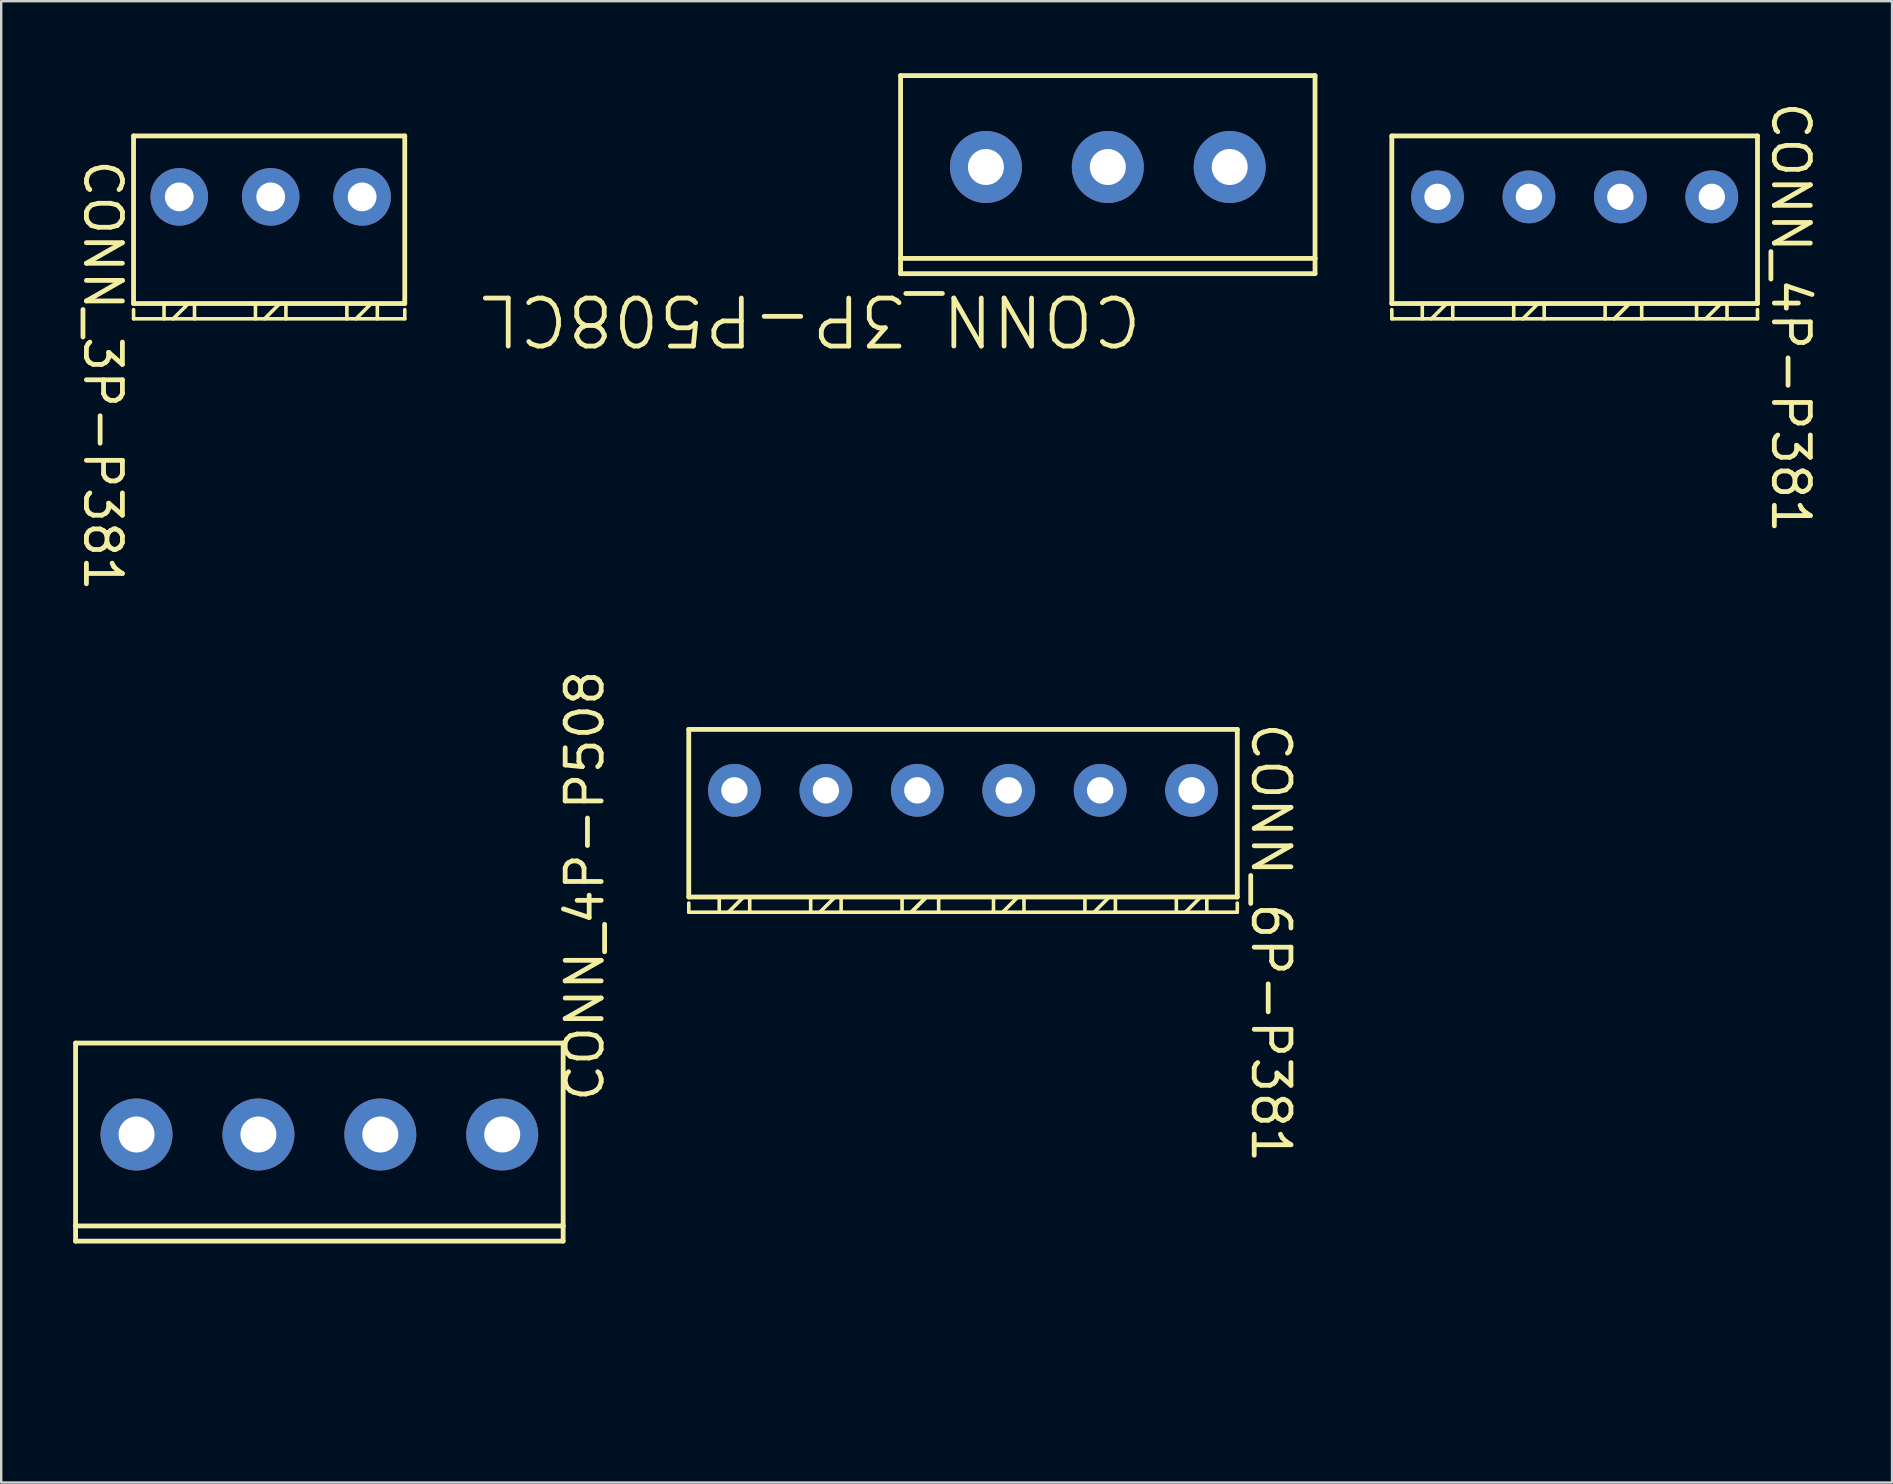
<source format=kicad_pcb>
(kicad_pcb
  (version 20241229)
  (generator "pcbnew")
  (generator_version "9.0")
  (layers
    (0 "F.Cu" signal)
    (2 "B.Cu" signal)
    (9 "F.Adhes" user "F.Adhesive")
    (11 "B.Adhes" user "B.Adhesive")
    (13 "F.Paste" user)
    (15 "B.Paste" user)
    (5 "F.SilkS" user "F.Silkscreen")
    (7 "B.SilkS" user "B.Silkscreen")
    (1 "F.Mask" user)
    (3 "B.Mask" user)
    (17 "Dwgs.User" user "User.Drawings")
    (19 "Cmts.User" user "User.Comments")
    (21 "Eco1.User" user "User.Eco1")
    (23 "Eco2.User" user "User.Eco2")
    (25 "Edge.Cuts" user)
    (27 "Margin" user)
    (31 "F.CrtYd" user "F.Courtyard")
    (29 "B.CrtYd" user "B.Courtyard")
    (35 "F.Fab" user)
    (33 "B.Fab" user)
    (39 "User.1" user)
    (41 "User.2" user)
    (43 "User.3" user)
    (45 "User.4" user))
  (footprint "CONN_3P-P508CL"
    (layer "F.Cu")
    (at 38.039 3.91)
    (property "Reference" "CONN_3P-P508CL" (at 6.604 5.207 180) (unlocked yes) (layer "F.SilkS") (effects (font (size 2 2) (thickness 0.2)) (justify left bottom)))
    (fp_line (start -3.556 -3.81) (end -3.556 3.81) (stroke (width 0.2) (type solid)) (layer "F.SilkS"))
    (fp_line (start -3.556 3.81) (end -3.556 4.445) (stroke (width 0.2) (type solid)) (layer "F.SilkS"))
    (fp_line (start 13.716 -3.81) (end -3.556 -3.81) (stroke (width 0.2) (type solid)) (layer "F.SilkS"))
    (fp_line (start 13.716 -3.81) (end 13.716 3.81) (stroke (width 0.2) (type solid)) (layer "F.SilkS"))
    (fp_line (start 13.716 3.81) (end -3.556 3.81) (stroke (width 0.2) (type solid)) (layer "F.SilkS"))
    (fp_line (start 13.716 3.81) (end 13.716 4.445) (stroke (width 0.2) (type solid)) (layer "F.SilkS"))
    (fp_line (start 13.716 4.445) (end -3.556 4.445) (stroke (width 0.2) (type solid)) (layer "F.SilkS"))
    (fp_line (start -3.556 -3.81) (end -3.556 4.318) (stroke (width 0.15) (type solid)) (layer "User.2"))
    (fp_line (start -3.556 4.318) (end -3.556 11.43) (stroke (width 0.15) (type solid)) (layer "User.2"))
    (fp_line (start 13.716 -3.81) (end -3.556 -3.81) (stroke (width 0.15) (type solid)) (layer "User.2"))
    (fp_line (start 13.716 -3.81) (end 13.716 11.43) (stroke (width 0.15) (type solid)) (layer "User.2"))
    (fp_line (start 13.716 10.16) (end -3.556 10.16) (stroke (width 0.15) (type solid)) (layer "User.2"))
    (fp_line (start 13.716 11.43) (end -3.556 11.43) (stroke (width 0.15) (type solid)) (layer "User.2"))
    (fp_rect (start -1.397 1.397) (end 1.397 -1.397) (stroke (width 0.1) (type default)) (fill no) (layer "User.2"))
    (fp_rect (start 3.683 1.397) (end 6.477 -1.397) (stroke (width 0.1) (type default)) (fill no) (layer "User.2"))
    (fp_rect (start 8.763 1.397) (end 11.557 -1.397) (stroke (width 0.1) (type default)) (fill no) (layer "User.2"))
    (fp_poly (pts (xy -0.762 10.16) (xy 0.635 10.16) (xy 0.635 11.43)) (stroke (width 0.1) (type default)) (fill no) (layer "User.2"))
    (fp_poly (pts (xy 4.318 10.16) (xy 5.715 10.16) (xy 5.715 11.43)) (stroke (width 0.1) (type default)) (fill no) (layer "User.2"))
    (fp_poly (pts (xy 9.398 10.16) (xy 10.795 10.16) (xy 10.795 11.43)) (stroke (width 0.1) (type default)) (fill no) (layer "User.2"))
    (pad "1" thru_hole circle (at 0 0) (size 3 3) (drill 1.5) (layers "*.Cu" "*.Mask"))
    (pad "2" thru_hole circle (at 5.08 0) (size 3 3) (drill 1.5) (layers "*.Cu" "*.Mask"))
    (pad "3" thru_hole circle (at 10.16 0) (size 3 3) (drill 1.5) (layers "*.Cu" "*.Mask")))
  (footprint "CONN_4P-P508"
    (layer "F.Cu")
    (at 2.64 44.231)
    (property "Reference" "CONN_4P-P508" (at 19.558 -1.27 90) (unlocked yes) (layer "F.SilkS") (effects (font (size 1.5 1.5) (thickness 0.2)) (justify left bottom)))
    (fp_line (start -2.54 -3.81) (end 17.78 -3.81) (stroke (width 0.2) (type solid)) (layer "F.SilkS"))
    (fp_line (start -2.54 3.81) (end -2.54 -3.81) (stroke (width 0.2) (type solid)) (layer "F.SilkS"))
    (fp_line (start -2.54 3.81) (end -2.54 4.445) (stroke (width 0.2) (type solid)) (layer "F.SilkS"))
    (fp_line (start -2.54 3.81) (end 17.78 3.81) (stroke (width 0.2) (type solid)) (layer "F.SilkS"))
    (fp_line (start -2.54 4.445) (end 17.78 4.445) (stroke (width 0.2) (type solid)) (layer "F.SilkS"))
    (fp_line (start 17.78 3.81) (end 17.78 -3.81) (stroke (width 0.2) (type solid)) (layer "F.SilkS"))
    (fp_line (start 17.78 4.445) (end 17.78 3.81) (stroke (width 0.2) (type solid)) (layer "F.SilkS"))
    (fp_line (start -2.54 -3.81) (end -2.54 4.318) (stroke (width 0.15) (type solid)) (layer "User.2"))
    (fp_line (start -2.54 -3.81) (end 17.78 -3.81) (stroke (width 0.15) (type solid)) (layer "User.2"))
    (fp_line (start -2.54 10.16) (end 17.78 10.16) (stroke (width 0.15) (type solid)) (layer "User.2"))
    (fp_line (start -2.54 11.43) (end -2.54 4.318) (stroke (width 0.15) (type solid)) (layer "User.2"))
    (fp_line (start -2.54 11.43) (end 17.78 11.43) (stroke (width 0.15) (type solid)) (layer "User.2"))
    (fp_line (start 17.78 11.43) (end 17.78 -3.81) (stroke (width 0.15) (type solid)) (layer "User.2"))
    (fp_rect (start -1.397 1.397) (end 1.397 -1.397) (stroke (width 0.1) (type default)) (fill no) (layer "User.2"))
    (fp_rect (start 3.683 1.397) (end 6.477 -1.397) (stroke (width 0.1) (type default)) (fill no) (layer "User.2"))
    (fp_rect (start 8.763 1.397) (end 11.557 -1.397) (stroke (width 0.1) (type default)) (fill no) (layer "User.2"))
    (fp_rect (start 13.843 1.397) (end 16.637 -1.397) (stroke (width 0.1) (type default)) (fill no) (layer "User.2"))
    (fp_poly (pts (xy -0.762 10.16) (xy 0.635 10.16) (xy 0.635 11.43)) (stroke (width 0.1) (type default)) (fill no) (layer "User.2"))
    (fp_poly (pts (xy 4.318 10.16) (xy 5.715 10.16) (xy 5.715 11.43)) (stroke (width 0.1) (type default)) (fill no) (layer "User.2"))
    (fp_poly (pts (xy 9.398 10.16) (xy 10.795 10.16) (xy 10.795 11.43)) (stroke (width 0.1) (type default)) (fill no) (layer "User.2"))
    (fp_poly (pts (xy 14.478 10.16) (xy 15.875 10.16) (xy 15.875 11.43)) (stroke (width 0.1) (type default)) (fill no) (layer "User.2"))
    (pad "1" thru_hole circle (at 0 0) (size 3 3) (drill 1.5) (layers "*.Cu" "*.Mask"))
    (pad "2" thru_hole circle (at 5.08 0) (size 3 3) (drill 1.5) (layers "*.Cu" "*.Mask"))
    (pad "3" thru_hole circle (at 10.16 0) (size 3 3) (drill 1.5) (layers "*.Cu" "*.Mask"))
    (pad "4" thru_hole circle (at 15.24 0) (size 3 3) (drill 1.5) (layers "*.Cu" "*.Mask")))
  (footprint "CONN_3P-P381"
    (layer "F.Cu")
    (at 4.421 5.155)
    (property "Reference" "CONN_3P-P381" (at -4.064 -1.651 270) (unlocked yes) (layer "F.SilkS") (effects (font (size 1.5 1.5) (thickness 0.2)) (justify left bottom)))
    (fp_line (start -1.905 -2.54) (end -1.905 4.445) (stroke (width 0.2) (type solid)) (layer "F.SilkS"))
    (fp_line (start -1.905 4.699) (end -1.905 5.08) (stroke (width 0.15) (type solid)) (layer "F.SilkS"))
    (fp_line (start -0.635 4.445) (end -0.635 5.08) (stroke (width 0.15) (type solid)) (layer "F.SilkS"))
    (fp_line (start 0.381 4.445) (end -0.254 5.08) (stroke (width 0.15) (type solid)) (layer "F.SilkS"))
    (fp_line (start 0.635 4.445) (end 0.635 5.08) (stroke (width 0.15) (type solid)) (layer "F.SilkS"))
    (fp_line (start 3.175 4.445) (end 3.175 5.08) (stroke (width 0.15) (type solid)) (layer "F.SilkS"))
    (fp_line (start 4.191 4.445) (end 3.556 5.08) (stroke (width 0.15) (type solid)) (layer "F.SilkS"))
    (fp_line (start 4.445 4.445) (end 4.445 5.08) (stroke (width 0.15) (type solid)) (layer "F.SilkS"))
    (fp_line (start 6.985 4.445) (end 6.985 5.08) (stroke (width 0.15) (type solid)) (layer "F.SilkS"))
    (fp_line (start 8.001 4.445) (end 7.366 5.08) (stroke (width 0.15) (type solid)) (layer "F.SilkS"))
    (fp_line (start 8.255 4.445) (end 8.255 5.08) (stroke (width 0.15) (type solid)) (layer "F.SilkS"))
    (fp_line (start 9.398 -2.54) (end -1.905 -2.54) (stroke (width 0.2) (type solid)) (layer "F.SilkS"))
    (fp_line (start 9.398 -2.54) (end 9.398 4.445) (stroke (width 0.2) (type solid)) (layer "F.SilkS"))
    (fp_line (start 9.398 4.445) (end -1.905 4.445) (stroke (width 0.2) (type solid)) (layer "F.SilkS"))
    (fp_line (start 9.398 4.699) (end 9.398 5.08) (stroke (width 0.15) (type solid)) (layer "F.SilkS"))
    (fp_line (start 9.398 5.08) (end -1.905 5.08) (stroke (width 0.15) (type solid)) (layer "F.SilkS"))
    (fp_line (start -1.905 -5.08) (end -1.905 -3.175) (stroke (width 0.15) (type solid)) (layer "User.2"))
    (fp_line (start 9.398 -5.08) (end -1.905 -5.08) (stroke (width 0.15) (type solid)) (layer "User.2"))
    (fp_line (start 9.398 -5.08) (end 9.398 -3.175) (stroke (width 0.15) (type solid)) (layer "User.2"))
    (fp_rect (start -0.635 -2.54) (end 0.635 -4.445) (stroke (width 0.1) (type default)) (fill no) (layer "User.2"))
    (fp_rect (start 3.175 -2.54) (end 4.445 -4.445) (stroke (width 0.1) (type default)) (fill no) (layer "User.2"))
    (fp_rect (start 6.985 -2.54) (end 8.255 -4.445) (stroke (width 0.1) (type default)) (fill no) (layer "User.2"))
    (pad "1" thru_hole circle (at 0 0) (size 2.4 2.4) (drill 1.2) (layers "*.Cu" "*.Mask"))
    (pad "2" thru_hole circle (at 3.81 0) (size 2.4 2.4) (drill 1.2) (layers "*.Cu" "*.Mask"))
    (pad "3" thru_hole circle (at 7.62 0) (size 2.4 2.4) (drill 1.2) (layers "*.Cu" "*.Mask")))
  (footprint "CONN_4P-P381"
    (layer "F.Cu")
    (at 56.86 5.155)
    (property "Reference" "CONN_4P-P381" (at 13.843 -4.064 270) (unlocked yes) (layer "F.SilkS") (effects (font (size 1.5 1.5) (thickness 0.2)) (justify left bottom)))
    (fp_line (start -1.905 -2.54) (end 13.335 -2.54) (stroke (width 0.2) (type solid)) (layer "F.SilkS"))
    (fp_line (start -1.905 4.445) (end -1.905 -2.54) (stroke (width 0.2) (type solid)) (layer "F.SilkS"))
    (fp_line (start -1.905 4.445) (end 13.335 4.445) (stroke (width 0.2) (type solid)) (layer "F.SilkS"))
    (fp_line (start -1.905 5.08) (end -1.905 4.699) (stroke (width 0.15) (type solid)) (layer "F.SilkS"))
    (fp_line (start -1.905 5.08) (end 13.335 5.08) (stroke (width 0.15) (type solid)) (layer "F.SilkS"))
    (fp_line (start -0.635 5.08) (end -0.635 4.445) (stroke (width 0.15) (type solid)) (layer "F.SilkS"))
    (fp_line (start -0.254 5.08) (end 0.381 4.445) (stroke (width 0.15) (type solid)) (layer "F.SilkS"))
    (fp_line (start 0.635 5.08) (end 0.635 4.445) (stroke (width 0.15) (type solid)) (layer "F.SilkS"))
    (fp_line (start 3.175 5.08) (end 3.175 4.445) (stroke (width 0.15) (type solid)) (layer "F.SilkS"))
    (fp_line (start 3.556 5.08) (end 4.191 4.445) (stroke (width 0.15) (type solid)) (layer "F.SilkS"))
    (fp_line (start 4.445 5.08) (end 4.445 4.445) (stroke (width 0.15) (type solid)) (layer "F.SilkS"))
    (fp_line (start 6.985 5.08) (end 6.985 4.445) (stroke (width 0.15) (type solid)) (layer "F.SilkS"))
    (fp_line (start 7.366 5.08) (end 8.001 4.445) (stroke (width 0.15) (type solid)) (layer "F.SilkS"))
    (fp_line (start 7.369 5.077) (end 8.004 4.442) (stroke (width 0.15) (type solid)) (layer "F.SilkS"))
    (fp_line (start 8.509 5.08) (end 8.509 4.445) (stroke (width 0.15) (type solid)) (layer "F.SilkS"))
    (fp_line (start 10.795 5.08) (end 10.795 4.445) (stroke (width 0.15) (type solid)) (layer "F.SilkS"))
    (fp_line (start 11.179 5.077) (end 11.814 4.442) (stroke (width 0.15) (type solid)) (layer "F.SilkS"))
    (fp_line (start 12.065 5.08) (end 12.065 4.445) (stroke (width 0.15) (type solid)) (layer "F.SilkS"))
    (fp_line (start 13.335 4.445) (end 13.335 -2.54) (stroke (width 0.2) (type solid)) (layer "F.SilkS"))
    (fp_line (start 13.335 5.08) (end 13.335 4.699) (stroke (width 0.15) (type solid)) (layer "F.SilkS"))
    (fp_line (start -1.905 -5.08) (end 13.335 -5.08) (stroke (width 0.15) (type solid)) (layer "User.2"))
    (fp_line (start -1.905 -3.175) (end -1.905 -5.08) (stroke (width 0.15) (type solid)) (layer "User.2"))
    (fp_line (start 13.335 -3.175) (end 13.335 -5.08) (stroke (width 0.15) (type solid)) (layer "User.2"))
    (fp_rect (start -0.635 -2.54) (end 0.635 -4.445) (stroke (width 0.1) (type default)) (fill no) (layer "User.2"))
    (fp_rect (start 3.175 -2.54) (end 4.445 -4.445) (stroke (width 0.1) (type default)) (fill no) (layer "User.2"))
    (fp_rect (start 6.985 -2.54) (end 8.255 -4.445) (stroke (width 0.1) (type default)) (fill no) (layer "User.2"))
    (fp_rect (start 10.795 -2.54) (end 12.065 -4.445) (stroke (width 0.1) (type default)) (fill no) (layer "User.2"))
    (pad "1" thru_hole circle (at 0 0) (size 2.2 2.2) (drill 1.1) (layers "*.Cu" "*.Mask"))
    (pad "2" thru_hole circle (at 3.81 0) (size 2.2 2.2) (drill 1.1) (layers "*.Cu" "*.Mask"))
    (pad "3" thru_hole circle (at 7.62 0) (size 2.2 2.2) (drill 1.1) (layers "*.Cu" "*.Mask"))
    (pad "4" thru_hole circle (at 11.43 0) (size 2.2 2.2) (drill 1.1) (layers "*.Cu" "*.Mask")))
  (footprint "CONN_6P-P381"
    (layer "F.Cu")
    (at 27.56 29.888)
    (property "Reference" "CONN_6P-P381" (at 21.463 -2.921 270) (unlocked yes) (layer "F.SilkS") (effects (font (size 1.53 1.53) (thickness 0.2)) (justify left bottom)))
    (fp_line (start -1.905 -2.54) (end 20.955 -2.54) (stroke (width 0.2) (type solid)) (layer "F.SilkS"))
    (fp_line (start -1.905 4.445) (end -1.905 -2.54) (stroke (width 0.2) (type solid)) (layer "F.SilkS"))
    (fp_line (start -1.905 4.445) (end 20.955 4.445) (stroke (width 0.2) (type solid)) (layer "F.SilkS"))
    (fp_line (start -1.905 5.08) (end -1.905 4.699) (stroke (width 0.15) (type solid)) (layer "F.SilkS"))
    (fp_line (start -1.905 5.08) (end 20.955 5.08) (stroke (width 0.15) (type solid)) (layer "F.SilkS"))
    (fp_line (start -0.635 5.08) (end -0.635 4.445) (stroke (width 0.15) (type solid)) (layer "F.SilkS"))
    (fp_line (start -0.254 5.08) (end 0.381 4.445) (stroke (width 0.15) (type solid)) (layer "F.SilkS"))
    (fp_line (start 0.635 5.08) (end 0.635 4.445) (stroke (width 0.15) (type solid)) (layer "F.SilkS"))
    (fp_line (start 3.175 5.08) (end 3.175 4.445) (stroke (width 0.15) (type solid)) (layer "F.SilkS"))
    (fp_line (start 3.556 5.08) (end 4.191 4.445) (stroke (width 0.15) (type solid)) (layer "F.SilkS"))
    (fp_line (start 4.445 5.08) (end 4.445 4.445) (stroke (width 0.15) (type solid)) (layer "F.SilkS"))
    (fp_line (start 6.985 5.08) (end 6.985 4.445) (stroke (width 0.15) (type solid)) (layer "F.SilkS"))
    (fp_line (start 7.366 5.08) (end 8.001 4.445) (stroke (width 0.15) (type solid)) (layer "F.SilkS"))
    (fp_line (start 7.369 5.077) (end 8.004 4.442) (stroke (width 0.15) (type solid)) (layer "F.SilkS"))
    (fp_line (start 8.509 5.08) (end 8.509 4.445) (stroke (width 0.15) (type solid)) (layer "F.SilkS"))
    (fp_line (start 10.795 5.08) (end 10.795 4.445) (stroke (width 0.15) (type solid)) (layer "F.SilkS"))
    (fp_line (start 11.179 5.077) (end 11.814 4.442) (stroke (width 0.15) (type solid)) (layer "F.SilkS"))
    (fp_line (start 12.065 5.08) (end 12.065 4.445) (stroke (width 0.15) (type solid)) (layer "F.SilkS"))
    (fp_line (start 14.605 5.08) (end 14.605 4.445) (stroke (width 0.15) (type solid)) (layer "F.SilkS"))
    (fp_line (start 14.989 5.077) (end 15.624 4.442) (stroke (width 0.15) (type solid)) (layer "F.SilkS"))
    (fp_line (start 15.875 5.08) (end 15.875 4.445) (stroke (width 0.15) (type solid)) (layer "F.SilkS"))
    (fp_line (start 18.415 5.08) (end 18.415 4.445) (stroke (width 0.15) (type solid)) (layer "F.SilkS"))
    (fp_line (start 18.796 5.08) (end 19.431 4.445) (stroke (width 0.15) (type solid)) (layer "F.SilkS"))
    (fp_line (start 19.685 5.08) (end 19.685 4.445) (stroke (width 0.15) (type solid)) (layer "F.SilkS"))
    (fp_line (start 20.955 4.445) (end 20.955 -2.54) (stroke (width 0.2) (type solid)) (layer "F.SilkS"))
    (fp_line (start 20.955 4.699) (end 20.955 5.08) (stroke (width 0.15) (type solid)) (layer "F.SilkS"))
    (fp_line (start -1.905 -5.08) (end 20.955 -5.08) (stroke (width 0.15) (type solid)) (layer "User.2"))
    (fp_line (start -1.905 -3.175) (end -1.905 -5.08) (stroke (width 0.15) (type solid)) (layer "User.2"))
    (fp_line (start 20.955 -3.175) (end 20.955 -5.08) (stroke (width 0.15) (type solid)) (layer "User.2"))
    (fp_rect (start -0.635 -2.54) (end 0.635 -4.445) (stroke (width 0.1) (type default)) (fill no) (layer "User.2"))
    (fp_rect (start 3.175 -2.54) (end 4.445 -4.445) (stroke (width 0.1) (type default)) (fill no) (layer "User.2"))
    (fp_rect (start 6.985 -2.54) (end 8.255 -4.445) (stroke (width 0.1) (type default)) (fill no) (layer "User.2"))
    (fp_rect (start 10.795 -2.54) (end 12.065 -4.445) (stroke (width 0.1) (type default)) (fill no) (layer "User.2"))
    (fp_rect (start 14.605 -2.54) (end 15.875 -4.445) (stroke (width 0.1) (type default)) (fill no) (layer "User.2"))
    (fp_rect (start 18.415 -2.54) (end 19.685 -4.445) (stroke (width 0.1) (type default)) (fill no) (layer "User.2"))
    (pad "1" thru_hole circle (at 0 0) (size 2.2 2.2) (drill 1.1) (layers "*.Cu" "*.Mask"))
    (pad "2" thru_hole circle (at 3.81 0) (size 2.2 2.2) (drill 1.1) (layers "*.Cu" "*.Mask"))
    (pad "3" thru_hole circle (at 7.62 0) (size 2.2 2.2) (drill 1.1) (layers "*.Cu" "*.Mask"))
    (pad "4" thru_hole circle (at 11.43 0) (size 2.2 2.2) (drill 1.1) (layers "*.Cu" "*.Mask"))
    (pad "5" thru_hole circle (at 15.24 0) (size 2.2 2.2) (drill 1.1) (layers "*.Cu" "*.Mask"))
    (pad "6" thru_hole circle (at 19.05 0) (size 2.2 2.2) (drill 1.1) (layers "*.Cu" "*.Mask")))
  (gr_rect
    (start -3 -3)
    (end 75.803 58.736)
    (stroke (width 0.1) (type default))
    (fill no)
    (layer "Edge.Cuts")))
</source>
